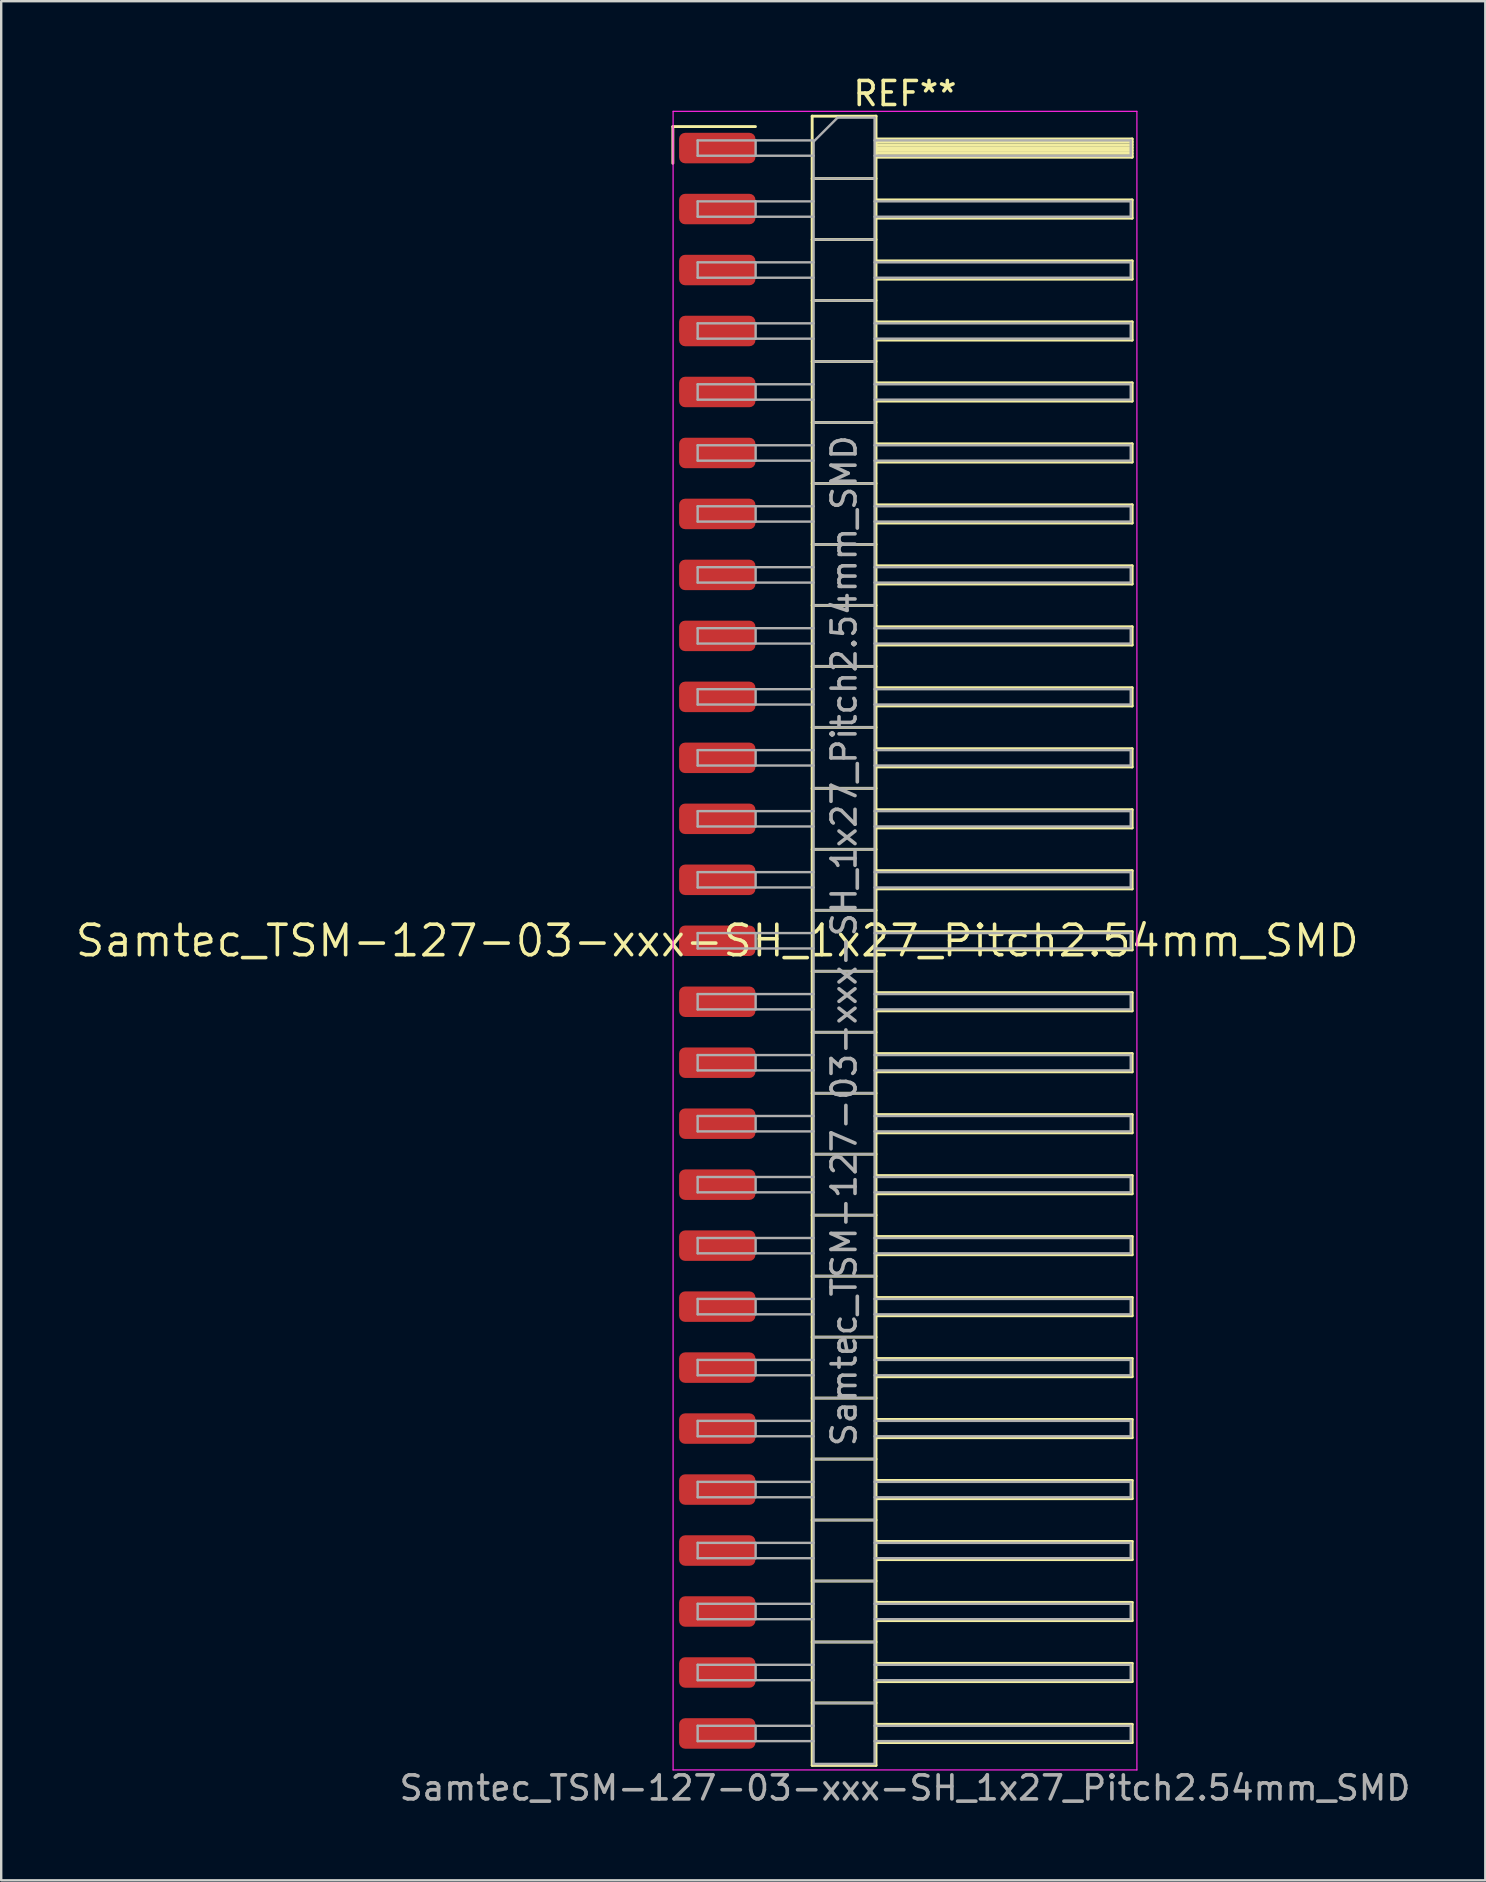
<source format=kicad_pcb>
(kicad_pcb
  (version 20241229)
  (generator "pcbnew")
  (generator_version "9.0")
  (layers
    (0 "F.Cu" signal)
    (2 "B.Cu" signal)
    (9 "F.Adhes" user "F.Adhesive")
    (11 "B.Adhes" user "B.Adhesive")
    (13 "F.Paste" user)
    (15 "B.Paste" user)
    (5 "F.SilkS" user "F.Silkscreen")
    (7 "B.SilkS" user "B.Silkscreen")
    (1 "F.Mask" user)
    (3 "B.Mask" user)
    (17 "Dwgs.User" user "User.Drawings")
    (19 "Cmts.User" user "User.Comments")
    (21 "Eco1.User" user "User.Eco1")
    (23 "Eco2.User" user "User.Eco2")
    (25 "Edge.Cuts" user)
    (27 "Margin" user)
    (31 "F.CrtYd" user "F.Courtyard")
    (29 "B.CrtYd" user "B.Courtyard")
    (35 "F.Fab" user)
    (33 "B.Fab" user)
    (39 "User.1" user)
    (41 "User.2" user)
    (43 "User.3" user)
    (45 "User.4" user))
  (footprint "Samtec_TSM-127-03-xxx-SH_1x27_Pitch2.54mm_SMD"
    (layer "F.Cu")
    (at 26.828 36.138)
    (property "Reference" "Samtec_TSM-127-03-xxx-SH_1x27_Pitch2.54mm_SMD" (at 0 0 0) (layer "F.SilkS") (effects (font (size 1.27 1.27) (thickness 0.15))))
    (attr smd)
    (fp_line (start -1.85 -33.915) (end 1.59 -33.915) (stroke (width 0.12) (type solid)) (layer "F.SilkS"))
    (fp_line (start -1.85 -32.385) (end -1.85 -33.915) (stroke (width 0.12) (type solid)) (layer "F.SilkS"))
    (fp_line (start 3.953 -34.35) (end 6.613 -34.35) (stroke (width 0.12) (type solid)) (layer "F.SilkS"))
    (fp_line (start 3.953 -31.75) (end 6.613 -31.75) (stroke (width 0.12) (type solid)) (layer "F.SilkS"))
    (fp_line (start 3.953 -29.21) (end 6.613 -29.21) (stroke (width 0.12) (type solid)) (layer "F.SilkS"))
    (fp_line (start 3.953 -26.67) (end 6.613 -26.67) (stroke (width 0.12) (type solid)) (layer "F.SilkS"))
    (fp_line (start 3.953 -24.13) (end 6.613 -24.13) (stroke (width 0.12) (type solid)) (layer "F.SilkS"))
    (fp_line (start 3.953 -21.59) (end 6.613 -21.59) (stroke (width 0.12) (type solid)) (layer "F.SilkS"))
    (fp_line (start 3.953 -19.05) (end 6.613 -19.05) (stroke (width 0.12) (type solid)) (layer "F.SilkS"))
    (fp_line (start 3.953 -16.51) (end 6.613 -16.51) (stroke (width 0.12) (type solid)) (layer "F.SilkS"))
    (fp_line (start 3.953 -13.97) (end 6.613 -13.97) (stroke (width 0.12) (type solid)) (layer "F.SilkS"))
    (fp_line (start 3.953 -11.43) (end 6.613 -11.43) (stroke (width 0.12) (type solid)) (layer "F.SilkS"))
    (fp_line (start 3.953 -8.89) (end 6.613 -8.89) (stroke (width 0.12) (type solid)) (layer "F.SilkS"))
    (fp_line (start 3.953 -6.35) (end 6.613 -6.35) (stroke (width 0.12) (type solid)) (layer "F.SilkS"))
    (fp_line (start 3.953 -3.81) (end 6.613 -3.81) (stroke (width 0.12) (type solid)) (layer "F.SilkS"))
    (fp_line (start 3.953 -1.27) (end 6.613 -1.27) (stroke (width 0.12) (type solid)) (layer "F.SilkS"))
    (fp_line (start 3.953 1.27) (end 6.613 1.27) (stroke (width 0.12) (type solid)) (layer "F.SilkS"))
    (fp_line (start 3.953 3.81) (end 6.613 3.81) (stroke (width 0.12) (type solid)) (layer "F.SilkS"))
    (fp_line (start 3.953 6.35) (end 6.613 6.35) (stroke (width 0.12) (type solid)) (layer "F.SilkS"))
    (fp_line (start 3.953 8.89) (end 6.613 8.89) (stroke (width 0.12) (type solid)) (layer "F.SilkS"))
    (fp_line (start 3.953 11.43) (end 6.613 11.43) (stroke (width 0.12) (type solid)) (layer "F.SilkS"))
    (fp_line (start 3.953 13.97) (end 6.613 13.97) (stroke (width 0.12) (type solid)) (layer "F.SilkS"))
    (fp_line (start 3.953 16.51) (end 6.613 16.51) (stroke (width 0.12) (type solid)) (layer "F.SilkS"))
    (fp_line (start 3.953 19.05) (end 6.613 19.05) (stroke (width 0.12) (type solid)) (layer "F.SilkS"))
    (fp_line (start 3.953 21.59) (end 6.613 21.59) (stroke (width 0.12) (type solid)) (layer "F.SilkS"))
    (fp_line (start 3.953 24.13) (end 6.613 24.13) (stroke (width 0.12) (type solid)) (layer "F.SilkS"))
    (fp_line (start 3.953 26.67) (end 6.613 26.67) (stroke (width 0.12) (type solid)) (layer "F.SilkS"))
    (fp_line (start 3.953 29.21) (end 6.613 29.21) (stroke (width 0.12) (type solid)) (layer "F.SilkS"))
    (fp_line (start 3.953 31.75) (end 6.613 31.75) (stroke (width 0.12) (type solid)) (layer "F.SilkS"))
    (fp_line (start 3.953 34.35) (end 3.953 -34.35) (stroke (width 0.12) (type solid)) (layer "F.SilkS"))
    (fp_line (start 6.613 -34.35) (end 6.613 34.35) (stroke (width 0.12) (type solid)) (layer "F.SilkS"))
    (fp_line (start 6.613 -33.4) (end 17.283 -33.4) (stroke (width 0.12) (type solid)) (layer "F.SilkS"))
    (fp_line (start 6.613 -33.28) (end 17.283 -33.28) (stroke (width 0.12) (type solid)) (layer "F.SilkS"))
    (fp_line (start 6.613 -33.16) (end 17.283 -33.16) (stroke (width 0.12) (type solid)) (layer "F.SilkS"))
    (fp_line (start 6.613 -33.04) (end 17.283 -33.04) (stroke (width 0.12) (type solid)) (layer "F.SilkS"))
    (fp_line (start 6.613 -32.92) (end 17.283 -32.92) (stroke (width 0.12) (type solid)) (layer "F.SilkS"))
    (fp_line (start 6.613 -32.8) (end 17.283 -32.8) (stroke (width 0.12) (type solid)) (layer "F.SilkS"))
    (fp_line (start 6.613 -32.68) (end 17.283 -32.68) (stroke (width 0.12) (type solid)) (layer "F.SilkS"))
    (fp_line (start 6.613 -32.64) (end 17.283 -32.64) (stroke (width 0.12) (type solid)) (layer "F.SilkS"))
    (fp_line (start 6.613 -30.86) (end 17.283 -30.86) (stroke (width 0.12) (type solid)) (layer "F.SilkS"))
    (fp_line (start 6.613 -30.1) (end 17.283 -30.1) (stroke (width 0.12) (type solid)) (layer "F.SilkS"))
    (fp_line (start 6.613 -28.32) (end 17.283 -28.32) (stroke (width 0.12) (type solid)) (layer "F.SilkS"))
    (fp_line (start 6.613 -27.56) (end 17.283 -27.56) (stroke (width 0.12) (type solid)) (layer "F.SilkS"))
    (fp_line (start 6.613 -25.78) (end 17.283 -25.78) (stroke (width 0.12) (type solid)) (layer "F.SilkS"))
    (fp_line (start 6.613 -25.02) (end 17.283 -25.02) (stroke (width 0.12) (type solid)) (layer "F.SilkS"))
    (fp_line (start 6.613 -23.24) (end 17.283 -23.24) (stroke (width 0.12) (type solid)) (layer "F.SilkS"))
    (fp_line (start 6.613 -22.48) (end 17.283 -22.48) (stroke (width 0.12) (type solid)) (layer "F.SilkS"))
    (fp_line (start 6.613 -20.7) (end 17.283 -20.7) (stroke (width 0.12) (type solid)) (layer "F.SilkS"))
    (fp_line (start 6.613 -19.94) (end 17.283 -19.94) (stroke (width 0.12) (type solid)) (layer "F.SilkS"))
    (fp_line (start 6.613 -18.16) (end 17.283 -18.16) (stroke (width 0.12) (type solid)) (layer "F.SilkS"))
    (fp_line (start 6.613 -17.4) (end 17.283 -17.4) (stroke (width 0.12) (type solid)) (layer "F.SilkS"))
    (fp_line (start 6.613 -15.62) (end 17.283 -15.62) (stroke (width 0.12) (type solid)) (layer "F.SilkS"))
    (fp_line (start 6.613 -14.86) (end 17.283 -14.86) (stroke (width 0.12) (type solid)) (layer "F.SilkS"))
    (fp_line (start 6.613 -13.08) (end 17.283 -13.08) (stroke (width 0.12) (type solid)) (layer "F.SilkS"))
    (fp_line (start 6.613 -12.32) (end 17.283 -12.32) (stroke (width 0.12) (type solid)) (layer "F.SilkS"))
    (fp_line (start 6.613 -10.54) (end 17.283 -10.54) (stroke (width 0.12) (type solid)) (layer "F.SilkS"))
    (fp_line (start 6.613 -9.78) (end 17.283 -9.78) (stroke (width 0.12) (type solid)) (layer "F.SilkS"))
    (fp_line (start 6.613 -8) (end 17.283 -8) (stroke (width 0.12) (type solid)) (layer "F.SilkS"))
    (fp_line (start 6.613 -7.24) (end 17.283 -7.24) (stroke (width 0.12) (type solid)) (layer "F.SilkS"))
    (fp_line (start 6.613 -5.46) (end 17.283 -5.46) (stroke (width 0.12) (type solid)) (layer "F.SilkS"))
    (fp_line (start 6.613 -4.7) (end 17.283 -4.7) (stroke (width 0.12) (type solid)) (layer "F.SilkS"))
    (fp_line (start 6.613 -2.92) (end 17.283 -2.92) (stroke (width 0.12) (type solid)) (layer "F.SilkS"))
    (fp_line (start 6.613 -2.16) (end 17.283 -2.16) (stroke (width 0.12) (type solid)) (layer "F.SilkS"))
    (fp_line (start 6.613 -0.38) (end 17.283 -0.38) (stroke (width 0.12) (type solid)) (layer "F.SilkS"))
    (fp_line (start 6.613 0.38) (end 17.283 0.38) (stroke (width 0.12) (type solid)) (layer "F.SilkS"))
    (fp_line (start 6.613 2.16) (end 17.283 2.16) (stroke (width 0.12) (type solid)) (layer "F.SilkS"))
    (fp_line (start 6.613 2.92) (end 17.283 2.92) (stroke (width 0.12) (type solid)) (layer "F.SilkS"))
    (fp_line (start 6.613 4.7) (end 17.283 4.7) (stroke (width 0.12) (type solid)) (layer "F.SilkS"))
    (fp_line (start 6.613 5.46) (end 17.283 5.46) (stroke (width 0.12) (type solid)) (layer "F.SilkS"))
    (fp_line (start 6.613 7.24) (end 17.283 7.24) (stroke (width 0.12) (type solid)) (layer "F.SilkS"))
    (fp_line (start 6.613 8) (end 17.283 8) (stroke (width 0.12) (type solid)) (layer "F.SilkS"))
    (fp_line (start 6.613 9.78) (end 17.283 9.78) (stroke (width 0.12) (type solid)) (layer "F.SilkS"))
    (fp_line (start 6.613 10.54) (end 17.283 10.54) (stroke (width 0.12) (type solid)) (layer "F.SilkS"))
    (fp_line (start 6.613 12.32) (end 17.283 12.32) (stroke (width 0.12) (type solid)) (layer "F.SilkS"))
    (fp_line (start 6.613 13.08) (end 17.283 13.08) (stroke (width 0.12) (type solid)) (layer "F.SilkS"))
    (fp_line (start 6.613 14.86) (end 17.283 14.86) (stroke (width 0.12) (type solid)) (layer "F.SilkS"))
    (fp_line (start 6.613 15.62) (end 17.283 15.62) (stroke (width 0.12) (type solid)) (layer "F.SilkS"))
    (fp_line (start 6.613 17.4) (end 17.283 17.4) (stroke (width 0.12) (type solid)) (layer "F.SilkS"))
    (fp_line (start 6.613 18.16) (end 17.283 18.16) (stroke (width 0.12) (type solid)) (layer "F.SilkS"))
    (fp_line (start 6.613 19.94) (end 17.283 19.94) (stroke (width 0.12) (type solid)) (layer "F.SilkS"))
    (fp_line (start 6.613 20.7) (end 17.283 20.7) (stroke (width 0.12) (type solid)) (layer "F.SilkS"))
    (fp_line (start 6.613 22.48) (end 17.283 22.48) (stroke (width 0.12) (type solid)) (layer "F.SilkS"))
    (fp_line (start 6.613 23.24) (end 17.283 23.24) (stroke (width 0.12) (type solid)) (layer "F.SilkS"))
    (fp_line (start 6.613 25.02) (end 17.283 25.02) (stroke (width 0.12) (type solid)) (layer "F.SilkS"))
    (fp_line (start 6.613 25.78) (end 17.283 25.78) (stroke (width 0.12) (type solid)) (layer "F.SilkS"))
    (fp_line (start 6.613 27.56) (end 17.283 27.56) (stroke (width 0.12) (type solid)) (layer "F.SilkS"))
    (fp_line (start 6.613 28.32) (end 17.283 28.32) (stroke (width 0.12) (type solid)) (layer "F.SilkS"))
    (fp_line (start 6.613 30.1) (end 17.283 30.1) (stroke (width 0.12) (type solid)) (layer "F.SilkS"))
    (fp_line (start 6.613 30.86) (end 17.283 30.86) (stroke (width 0.12) (type solid)) (layer "F.SilkS"))
    (fp_line (start 6.613 32.64) (end 17.283 32.64) (stroke (width 0.12) (type solid)) (layer "F.SilkS"))
    (fp_line (start 6.613 33.4) (end 17.283 33.4) (stroke (width 0.12) (type solid)) (layer "F.SilkS"))
    (fp_line (start 6.613 34.35) (end 3.953 34.35) (stroke (width 0.12) (type solid)) (layer "F.SilkS"))
    (fp_line (start 17.283 -33.4) (end 17.283 -32.64) (stroke (width 0.12) (type solid)) (layer "F.SilkS"))
    (fp_line (start 17.283 -30.86) (end 17.283 -30.1) (stroke (width 0.12) (type solid)) (layer "F.SilkS"))
    (fp_line (start 17.283 -28.32) (end 17.283 -27.56) (stroke (width 0.12) (type solid)) (layer "F.SilkS"))
    (fp_line (start 17.283 -25.78) (end 17.283 -25.02) (stroke (width 0.12) (type solid)) (layer "F.SilkS"))
    (fp_line (start 17.283 -23.24) (end 17.283 -22.48) (stroke (width 0.12) (type solid)) (layer "F.SilkS"))
    (fp_line (start 17.283 -20.7) (end 17.283 -19.94) (stroke (width 0.12) (type solid)) (layer "F.SilkS"))
    (fp_line (start 17.283 -18.16) (end 17.283 -17.4) (stroke (width 0.12) (type solid)) (layer "F.SilkS"))
    (fp_line (start 17.283 -15.62) (end 17.283 -14.86) (stroke (width 0.12) (type solid)) (layer "F.SilkS"))
    (fp_line (start 17.283 -13.08) (end 17.283 -12.32) (stroke (width 0.12) (type solid)) (layer "F.SilkS"))
    (fp_line (start 17.283 -10.54) (end 17.283 -9.78) (stroke (width 0.12) (type solid)) (layer "F.SilkS"))
    (fp_line (start 17.283 -8) (end 17.283 -7.24) (stroke (width 0.12) (type solid)) (layer "F.SilkS"))
    (fp_line (start 17.283 -5.46) (end 17.283 -4.7) (stroke (width 0.12) (type solid)) (layer "F.SilkS"))
    (fp_line (start 17.283 -2.92) (end 17.283 -2.16) (stroke (width 0.12) (type solid)) (layer "F.SilkS"))
    (fp_line (start 17.283 -0.38) (end 17.283 0.38) (stroke (width 0.12) (type solid)) (layer "F.SilkS"))
    (fp_line (start 17.283 2.16) (end 17.283 2.92) (stroke (width 0.12) (type solid)) (layer "F.SilkS"))
    (fp_line (start 17.283 4.7) (end 17.283 5.46) (stroke (width 0.12) (type solid)) (layer "F.SilkS"))
    (fp_line (start 17.283 7.24) (end 17.283 8) (stroke (width 0.12) (type solid)) (layer "F.SilkS"))
    (fp_line (start 17.283 9.78) (end 17.283 10.54) (stroke (width 0.12) (type solid)) (layer "F.SilkS"))
    (fp_line (start 17.283 12.32) (end 17.283 13.08) (stroke (width 0.12) (type solid)) (layer "F.SilkS"))
    (fp_line (start 17.283 14.86) (end 17.283 15.62) (stroke (width 0.12) (type solid)) (layer "F.SilkS"))
    (fp_line (start 17.283 17.4) (end 17.283 18.16) (stroke (width 0.12) (type solid)) (layer "F.SilkS"))
    (fp_line (start 17.283 19.94) (end 17.283 20.7) (stroke (width 0.12) (type solid)) (layer "F.SilkS"))
    (fp_line (start 17.283 22.48) (end 17.283 23.24) (stroke (width 0.12) (type solid)) (layer "F.SilkS"))
    (fp_line (start 17.283 25.02) (end 17.283 25.78) (stroke (width 0.12) (type solid)) (layer "F.SilkS"))
    (fp_line (start 17.283 27.56) (end 17.283 28.32) (stroke (width 0.12) (type solid)) (layer "F.SilkS"))
    (fp_line (start 17.283 30.1) (end 17.283 30.86) (stroke (width 0.12) (type solid)) (layer "F.SilkS"))
    (fp_line (start 17.283 32.64) (end 17.283 33.4) (stroke (width 0.12) (type solid)) (layer "F.SilkS"))
    (fp_line (start -1.84 -34.55) (end 17.48 -34.55) (stroke (width 0.05) (type solid)) (layer "F.CrtYd"))
    (fp_line (start -1.84 34.54) (end -1.84 -34.55) (stroke (width 0.05) (type solid)) (layer "F.CrtYd"))
    (fp_line (start 17.48 -34.55) (end 17.48 34.54) (stroke (width 0.05) (type solid)) (layer "F.CrtYd"))
    (fp_line (start 17.48 34.54) (end -1.84 34.54) (stroke (width 0.05) (type solid)) (layer "F.CrtYd"))
    (fp_line (start -0.817 -33.34) (end -0.817 -32.7) (stroke (width 0.1) (type solid)) (layer "F.Fab"))
    (fp_line (start -0.817 -33.34) (end 4.013 -33.34) (stroke (width 0.1) (type solid)) (layer "F.Fab"))
    (fp_line (start -0.817 -32.7) (end 4.013 -32.7) (stroke (width 0.1) (type solid)) (layer "F.Fab"))
    (fp_line (start -0.817 -30.8) (end -0.817 -30.16) (stroke (width 0.1) (type solid)) (layer "F.Fab"))
    (fp_line (start -0.817 -30.8) (end 4.013 -30.8) (stroke (width 0.1) (type solid)) (layer "F.Fab"))
    (fp_line (start -0.817 -30.16) (end 4.013 -30.16) (stroke (width 0.1) (type solid)) (layer "F.Fab"))
    (fp_line (start -0.817 -28.26) (end -0.817 -27.62) (stroke (width 0.1) (type solid)) (layer "F.Fab"))
    (fp_line (start -0.817 -28.26) (end 4.013 -28.26) (stroke (width 0.1) (type solid)) (layer "F.Fab"))
    (fp_line (start -0.817 -27.62) (end 4.013 -27.62) (stroke (width 0.1) (type solid)) (layer "F.Fab"))
    (fp_line (start -0.817 -25.72) (end -0.817 -25.08) (stroke (width 0.1) (type solid)) (layer "F.Fab"))
    (fp_line (start -0.817 -25.72) (end 4.013 -25.72) (stroke (width 0.1) (type solid)) (layer "F.Fab"))
    (fp_line (start -0.817 -25.08) (end 4.013 -25.08) (stroke (width 0.1) (type solid)) (layer "F.Fab"))
    (fp_line (start -0.817 -23.18) (end -0.817 -22.54) (stroke (width 0.1) (type solid)) (layer "F.Fab"))
    (fp_line (start -0.817 -23.18) (end 4.013 -23.18) (stroke (width 0.1) (type solid)) (layer "F.Fab"))
    (fp_line (start -0.817 -22.54) (end 4.013 -22.54) (stroke (width 0.1) (type solid)) (layer "F.Fab"))
    (fp_line (start -0.817 -20.64) (end -0.817 -20) (stroke (width 0.1) (type solid)) (layer "F.Fab"))
    (fp_line (start -0.817 -20.64) (end 4.013 -20.64) (stroke (width 0.1) (type solid)) (layer "F.Fab"))
    (fp_line (start -0.817 -20) (end 4.013 -20) (stroke (width 0.1) (type solid)) (layer "F.Fab"))
    (fp_line (start -0.817 -18.1) (end -0.817 -17.46) (stroke (width 0.1) (type solid)) (layer "F.Fab"))
    (fp_line (start -0.817 -18.1) (end 4.013 -18.1) (stroke (width 0.1) (type solid)) (layer "F.Fab"))
    (fp_line (start -0.817 -17.46) (end 4.013 -17.46) (stroke (width 0.1) (type solid)) (layer "F.Fab"))
    (fp_line (start -0.817 -15.56) (end -0.817 -14.92) (stroke (width 0.1) (type solid)) (layer "F.Fab"))
    (fp_line (start -0.817 -15.56) (end 4.013 -15.56) (stroke (width 0.1) (type solid)) (layer "F.Fab"))
    (fp_line (start -0.817 -14.92) (end 4.013 -14.92) (stroke (width 0.1) (type solid)) (layer "F.Fab"))
    (fp_line (start -0.817 -13.02) (end -0.817 -12.38) (stroke (width 0.1) (type solid)) (layer "F.Fab"))
    (fp_line (start -0.817 -13.02) (end 4.013 -13.02) (stroke (width 0.1) (type solid)) (layer "F.Fab"))
    (fp_line (start -0.817 -12.38) (end 4.013 -12.38) (stroke (width 0.1) (type solid)) (layer "F.Fab"))
    (fp_line (start -0.817 -10.48) (end -0.817 -9.84) (stroke (width 0.1) (type solid)) (layer "F.Fab"))
    (fp_line (start -0.817 -10.48) (end 4.013 -10.48) (stroke (width 0.1) (type solid)) (layer "F.Fab"))
    (fp_line (start -0.817 -9.84) (end 4.013 -9.84) (stroke (width 0.1) (type solid)) (layer "F.Fab"))
    (fp_line (start -0.817 -7.94) (end -0.817 -7.3) (stroke (width 0.1) (type solid)) (layer "F.Fab"))
    (fp_line (start -0.817 -7.94) (end 4.013 -7.94) (stroke (width 0.1) (type solid)) (layer "F.Fab"))
    (fp_line (start -0.817 -7.3) (end 4.013 -7.3) (stroke (width 0.1) (type solid)) (layer "F.Fab"))
    (fp_line (start -0.817 -5.4) (end -0.817 -4.76) (stroke (width 0.1) (type solid)) (layer "F.Fab"))
    (fp_line (start -0.817 -5.4) (end 4.013 -5.4) (stroke (width 0.1) (type solid)) (layer "F.Fab"))
    (fp_line (start -0.817 -4.76) (end 4.013 -4.76) (stroke (width 0.1) (type solid)) (layer "F.Fab"))
    (fp_line (start -0.817 -2.86) (end -0.817 -2.22) (stroke (width 0.1) (type solid)) (layer "F.Fab"))
    (fp_line (start -0.817 -2.86) (end 4.013 -2.86) (stroke (width 0.1) (type solid)) (layer "F.Fab"))
    (fp_line (start -0.817 -2.22) (end 4.013 -2.22) (stroke (width 0.1) (type solid)) (layer "F.Fab"))
    (fp_line (start -0.817 -0.32) (end -0.817 0.32) (stroke (width 0.1) (type solid)) (layer "F.Fab"))
    (fp_line (start -0.817 -0.32) (end 4.013 -0.32) (stroke (width 0.1) (type solid)) (layer "F.Fab"))
    (fp_line (start -0.817 0.32) (end 4.013 0.32) (stroke (width 0.1) (type solid)) (layer "F.Fab"))
    (fp_line (start -0.817 2.22) (end -0.817 2.86) (stroke (width 0.1) (type solid)) (layer "F.Fab"))
    (fp_line (start -0.817 2.22) (end 4.013 2.22) (stroke (width 0.1) (type solid)) (layer "F.Fab"))
    (fp_line (start -0.817 2.86) (end 4.013 2.86) (stroke (width 0.1) (type solid)) (layer "F.Fab"))
    (fp_line (start -0.817 4.76) (end -0.817 5.4) (stroke (width 0.1) (type solid)) (layer "F.Fab"))
    (fp_line (start -0.817 4.76) (end 4.013 4.76) (stroke (width 0.1) (type solid)) (layer "F.Fab"))
    (fp_line (start -0.817 5.4) (end 4.013 5.4) (stroke (width 0.1) (type solid)) (layer "F.Fab"))
    (fp_line (start -0.817 7.3) (end -0.817 7.94) (stroke (width 0.1) (type solid)) (layer "F.Fab"))
    (fp_line (start -0.817 7.3) (end 4.013 7.3) (stroke (width 0.1) (type solid)) (layer "F.Fab"))
    (fp_line (start -0.817 7.94) (end 4.013 7.94) (stroke (width 0.1) (type solid)) (layer "F.Fab"))
    (fp_line (start -0.817 9.84) (end -0.817 10.48) (stroke (width 0.1) (type solid)) (layer "F.Fab"))
    (fp_line (start -0.817 9.84) (end 4.013 9.84) (stroke (width 0.1) (type solid)) (layer "F.Fab"))
    (fp_line (start -0.817 10.48) (end 4.013 10.48) (stroke (width 0.1) (type solid)) (layer "F.Fab"))
    (fp_line (start -0.817 12.38) (end -0.817 13.02) (stroke (width 0.1) (type solid)) (layer "F.Fab"))
    (fp_line (start -0.817 12.38) (end 4.013 12.38) (stroke (width 0.1) (type solid)) (layer "F.Fab"))
    (fp_line (start -0.817 13.02) (end 4.013 13.02) (stroke (width 0.1) (type solid)) (layer "F.Fab"))
    (fp_line (start -0.817 14.92) (end -0.817 15.56) (stroke (width 0.1) (type solid)) (layer "F.Fab"))
    (fp_line (start -0.817 14.92) (end 4.013 14.92) (stroke (width 0.1) (type solid)) (layer "F.Fab"))
    (fp_line (start -0.817 15.56) (end 4.013 15.56) (stroke (width 0.1) (type solid)) (layer "F.Fab"))
    (fp_line (start -0.817 17.46) (end -0.817 18.1) (stroke (width 0.1) (type solid)) (layer "F.Fab"))
    (fp_line (start -0.817 17.46) (end 4.013 17.46) (stroke (width 0.1) (type solid)) (layer "F.Fab"))
    (fp_line (start -0.817 18.1) (end 4.013 18.1) (stroke (width 0.1) (type solid)) (layer "F.Fab"))
    (fp_line (start -0.817 20) (end -0.817 20.64) (stroke (width 0.1) (type solid)) (layer "F.Fab"))
    (fp_line (start -0.817 20) (end 4.013 20) (stroke (width 0.1) (type solid)) (layer "F.Fab"))
    (fp_line (start -0.817 20.64) (end 4.013 20.64) (stroke (width 0.1) (type solid)) (layer "F.Fab"))
    (fp_line (start -0.817 22.54) (end -0.817 23.18) (stroke (width 0.1) (type solid)) (layer "F.Fab"))
    (fp_line (start -0.817 22.54) (end 4.013 22.54) (stroke (width 0.1) (type solid)) (layer "F.Fab"))
    (fp_line (start -0.817 23.18) (end 4.013 23.18) (stroke (width 0.1) (type solid)) (layer "F.Fab"))
    (fp_line (start -0.817 25.08) (end -0.817 25.72) (stroke (width 0.1) (type solid)) (layer "F.Fab"))
    (fp_line (start -0.817 25.08) (end 4.013 25.08) (stroke (width 0.1) (type solid)) (layer "F.Fab"))
    (fp_line (start -0.817 25.72) (end 4.013 25.72) (stroke (width 0.1) (type solid)) (layer "F.Fab"))
    (fp_line (start -0.817 27.62) (end -0.817 28.26) (stroke (width 0.1) (type solid)) (layer "F.Fab"))
    (fp_line (start -0.817 27.62) (end 4.013 27.62) (stroke (width 0.1) (type solid)) (layer "F.Fab"))
    (fp_line (start -0.817 28.26) (end 4.013 28.26) (stroke (width 0.1) (type solid)) (layer "F.Fab"))
    (fp_line (start -0.817 30.16) (end -0.817 30.8) (stroke (width 0.1) (type solid)) (layer "F.Fab"))
    (fp_line (start -0.817 30.16) (end 4.013 30.16) (stroke (width 0.1) (type solid)) (layer "F.Fab"))
    (fp_line (start -0.817 30.8) (end 4.013 30.8) (stroke (width 0.1) (type solid)) (layer "F.Fab"))
    (fp_line (start -0.817 32.7) (end -0.817 33.34) (stroke (width 0.1) (type solid)) (layer "F.Fab"))
    (fp_line (start -0.817 32.7) (end 4.013 32.7) (stroke (width 0.1) (type solid)) (layer "F.Fab"))
    (fp_line (start -0.817 33.34) (end 4.013 33.34) (stroke (width 0.1) (type solid)) (layer "F.Fab"))
    (fp_line (start 1.598 -33.34) (end 1.598 -32.7) (stroke (width 0.1) (type solid)) (layer "F.Fab"))
    (fp_line (start 1.598 -30.8) (end 1.598 -30.16) (stroke (width 0.1) (type solid)) (layer "F.Fab"))
    (fp_line (start 1.598 -28.26) (end 1.598 -27.62) (stroke (width 0.1) (type solid)) (layer "F.Fab"))
    (fp_line (start 1.598 -25.72) (end 1.598 -25.08) (stroke (width 0.1) (type solid)) (layer "F.Fab"))
    (fp_line (start 1.598 -23.18) (end 1.598 -22.54) (stroke (width 0.1) (type solid)) (layer "F.Fab"))
    (fp_line (start 1.598 -20.64) (end 1.598 -20) (stroke (width 0.1) (type solid)) (layer "F.Fab"))
    (fp_line (start 1.598 -18.1) (end 1.598 -17.46) (stroke (width 0.1) (type solid)) (layer "F.Fab"))
    (fp_line (start 1.598 -15.56) (end 1.598 -14.92) (stroke (width 0.1) (type solid)) (layer "F.Fab"))
    (fp_line (start 1.598 -13.02) (end 1.598 -12.38) (stroke (width 0.1) (type solid)) (layer "F.Fab"))
    (fp_line (start 1.598 -10.48) (end 1.598 -9.84) (stroke (width 0.1) (type solid)) (layer "F.Fab"))
    (fp_line (start 1.598 -7.94) (end 1.598 -7.3) (stroke (width 0.1) (type solid)) (layer "F.Fab"))
    (fp_line (start 1.598 -5.4) (end 1.598 -4.76) (stroke (width 0.1) (type solid)) (layer "F.Fab"))
    (fp_line (start 1.598 -2.86) (end 1.598 -2.22) (stroke (width 0.1) (type solid)) (layer "F.Fab"))
    (fp_line (start 1.598 -0.32) (end 1.598 0.32) (stroke (width 0.1) (type solid)) (layer "F.Fab"))
    (fp_line (start 1.598 2.22) (end 1.598 2.86) (stroke (width 0.1) (type solid)) (layer "F.Fab"))
    (fp_line (start 1.598 4.76) (end 1.598 5.4) (stroke (width 0.1) (type solid)) (layer "F.Fab"))
    (fp_line (start 1.598 7.3) (end 1.598 7.94) (stroke (width 0.1) (type solid)) (layer "F.Fab"))
    (fp_line (start 1.598 9.84) (end 1.598 10.48) (stroke (width 0.1) (type solid)) (layer "F.Fab"))
    (fp_line (start 1.598 12.38) (end 1.598 13.02) (stroke (width 0.1) (type solid)) (layer "F.Fab"))
    (fp_line (start 1.598 14.92) (end 1.598 15.56) (stroke (width 0.1) (type solid)) (layer "F.Fab"))
    (fp_line (start 1.598 17.46) (end 1.598 18.1) (stroke (width 0.1) (type solid)) (layer "F.Fab"))
    (fp_line (start 1.598 20) (end 1.598 20.64) (stroke (width 0.1) (type solid)) (layer "F.Fab"))
    (fp_line (start 1.598 22.54) (end 1.598 23.18) (stroke (width 0.1) (type solid)) (layer "F.Fab"))
    (fp_line (start 1.598 25.08) (end 1.598 25.72) (stroke (width 0.1) (type solid)) (layer "F.Fab"))
    (fp_line (start 1.598 27.62) (end 1.598 28.26) (stroke (width 0.1) (type solid)) (layer "F.Fab"))
    (fp_line (start 1.598 30.16) (end 1.598 30.8) (stroke (width 0.1) (type solid)) (layer "F.Fab"))
    (fp_line (start 1.598 32.7) (end 1.598 33.34) (stroke (width 0.1) (type solid)) (layer "F.Fab"))
    (fp_line (start 4.013 -33.29) (end 5.013 -34.29) (stroke (width 0.1) (type solid)) (layer "F.Fab"))
    (fp_line (start 4.013 -31.75) (end 6.553 -31.75) (stroke (width 0.1) (type solid)) (layer "F.Fab"))
    (fp_line (start 4.013 -29.21) (end 6.553 -29.21) (stroke (width 0.1) (type solid)) (layer "F.Fab"))
    (fp_line (start 4.013 -26.67) (end 6.553 -26.67) (stroke (width 0.1) (type solid)) (layer "F.Fab"))
    (fp_line (start 4.013 -24.13) (end 6.553 -24.13) (stroke (width 0.1) (type solid)) (layer "F.Fab"))
    (fp_line (start 4.013 -21.59) (end 6.553 -21.59) (stroke (width 0.1) (type solid)) (layer "F.Fab"))
    (fp_line (start 4.013 -19.05) (end 6.553 -19.05) (stroke (width 0.1) (type solid)) (layer "F.Fab"))
    (fp_line (start 4.013 -16.51) (end 6.553 -16.51) (stroke (width 0.1) (type solid)) (layer "F.Fab"))
    (fp_line (start 4.013 -13.97) (end 6.553 -13.97) (stroke (width 0.1) (type solid)) (layer "F.Fab"))
    (fp_line (start 4.013 -11.43) (end 6.553 -11.43) (stroke (width 0.1) (type solid)) (layer "F.Fab"))
    (fp_line (start 4.013 -8.89) (end 6.553 -8.89) (stroke (width 0.1) (type solid)) (layer "F.Fab"))
    (fp_line (start 4.013 -6.35) (end 6.553 -6.35) (stroke (width 0.1) (type solid)) (layer "F.Fab"))
    (fp_line (start 4.013 -3.81) (end 6.553 -3.81) (stroke (width 0.1) (type solid)) (layer "F.Fab"))
    (fp_line (start 4.013 -1.27) (end 6.553 -1.27) (stroke (width 0.1) (type solid)) (layer "F.Fab"))
    (fp_line (start 4.013 1.27) (end 6.553 1.27) (stroke (width 0.1) (type solid)) (layer "F.Fab"))
    (fp_line (start 4.013 3.81) (end 6.553 3.81) (stroke (width 0.1) (type solid)) (layer "F.Fab"))
    (fp_line (start 4.013 6.35) (end 6.553 6.35) (stroke (width 0.1) (type solid)) (layer "F.Fab"))
    (fp_line (start 4.013 8.89) (end 6.553 8.89) (stroke (width 0.1) (type solid)) (layer "F.Fab"))
    (fp_line (start 4.013 11.43) (end 6.553 11.43) (stroke (width 0.1) (type solid)) (layer "F.Fab"))
    (fp_line (start 4.013 13.97) (end 6.553 13.97) (stroke (width 0.1) (type solid)) (layer "F.Fab"))
    (fp_line (start 4.013 16.51) (end 6.553 16.51) (stroke (width 0.1) (type solid)) (layer "F.Fab"))
    (fp_line (start 4.013 19.05) (end 6.553 19.05) (stroke (width 0.1) (type solid)) (layer "F.Fab"))
    (fp_line (start 4.013 21.59) (end 6.553 21.59) (stroke (width 0.1) (type solid)) (layer "F.Fab"))
    (fp_line (start 4.013 24.13) (end 6.553 24.13) (stroke (width 0.1) (type solid)) (layer "F.Fab"))
    (fp_line (start 4.013 26.67) (end 6.553 26.67) (stroke (width 0.1) (type solid)) (layer "F.Fab"))
    (fp_line (start 4.013 29.21) (end 6.553 29.21) (stroke (width 0.1) (type solid)) (layer "F.Fab"))
    (fp_line (start 4.013 31.75) (end 6.553 31.75) (stroke (width 0.1) (type solid)) (layer "F.Fab"))
    (fp_line (start 4.013 34.29) (end 4.013 -33.29) (stroke (width 0.1) (type solid)) (layer "F.Fab"))
    (fp_line (start 5.013 -34.29) (end 6.553 -34.29) (stroke (width 0.1) (type solid)) (layer "F.Fab"))
    (fp_line (start 6.553 -34.29) (end 6.553 34.29) (stroke (width 0.1) (type solid)) (layer "F.Fab"))
    (fp_line (start 6.553 -33.34) (end 17.223 -33.34) (stroke (width 0.1) (type solid)) (layer "F.Fab"))
    (fp_line (start 6.553 -32.7) (end 17.223 -32.7) (stroke (width 0.1) (type solid)) (layer "F.Fab"))
    (fp_line (start 6.553 -30.8) (end 17.223 -30.8) (stroke (width 0.1) (type solid)) (layer "F.Fab"))
    (fp_line (start 6.553 -30.16) (end 17.223 -30.16) (stroke (width 0.1) (type solid)) (layer "F.Fab"))
    (fp_line (start 6.553 -28.26) (end 17.223 -28.26) (stroke (width 0.1) (type solid)) (layer "F.Fab"))
    (fp_line (start 6.553 -27.62) (end 17.223 -27.62) (stroke (width 0.1) (type solid)) (layer "F.Fab"))
    (fp_line (start 6.553 -25.72) (end 17.223 -25.72) (stroke (width 0.1) (type solid)) (layer "F.Fab"))
    (fp_line (start 6.553 -25.08) (end 17.223 -25.08) (stroke (width 0.1) (type solid)) (layer "F.Fab"))
    (fp_line (start 6.553 -23.18) (end 17.223 -23.18) (stroke (width 0.1) (type solid)) (layer "F.Fab"))
    (fp_line (start 6.553 -22.54) (end 17.223 -22.54) (stroke (width 0.1) (type solid)) (layer "F.Fab"))
    (fp_line (start 6.553 -20.64) (end 17.223 -20.64) (stroke (width 0.1) (type solid)) (layer "F.Fab"))
    (fp_line (start 6.553 -20) (end 17.223 -20) (stroke (width 0.1) (type solid)) (layer "F.Fab"))
    (fp_line (start 6.553 -18.1) (end 17.223 -18.1) (stroke (width 0.1) (type solid)) (layer "F.Fab"))
    (fp_line (start 6.553 -17.46) (end 17.223 -17.46) (stroke (width 0.1) (type solid)) (layer "F.Fab"))
    (fp_line (start 6.553 -15.56) (end 17.223 -15.56) (stroke (width 0.1) (type solid)) (layer "F.Fab"))
    (fp_line (start 6.553 -14.92) (end 17.223 -14.92) (stroke (width 0.1) (type solid)) (layer "F.Fab"))
    (fp_line (start 6.553 -13.02) (end 17.223 -13.02) (stroke (width 0.1) (type solid)) (layer "F.Fab"))
    (fp_line (start 6.553 -12.38) (end 17.223 -12.38) (stroke (width 0.1) (type solid)) (layer "F.Fab"))
    (fp_line (start 6.553 -10.48) (end 17.223 -10.48) (stroke (width 0.1) (type solid)) (layer "F.Fab"))
    (fp_line (start 6.553 -9.84) (end 17.223 -9.84) (stroke (width 0.1) (type solid)) (layer "F.Fab"))
    (fp_line (start 6.553 -7.94) (end 17.223 -7.94) (stroke (width 0.1) (type solid)) (layer "F.Fab"))
    (fp_line (start 6.553 -7.3) (end 17.223 -7.3) (stroke (width 0.1) (type solid)) (layer "F.Fab"))
    (fp_line (start 6.553 -5.4) (end 17.223 -5.4) (stroke (width 0.1) (type solid)) (layer "F.Fab"))
    (fp_line (start 6.553 -4.76) (end 17.223 -4.76) (stroke (width 0.1) (type solid)) (layer "F.Fab"))
    (fp_line (start 6.553 -2.86) (end 17.223 -2.86) (stroke (width 0.1) (type solid)) (layer "F.Fab"))
    (fp_line (start 6.553 -2.22) (end 17.223 -2.22) (stroke (width 0.1) (type solid)) (layer "F.Fab"))
    (fp_line (start 6.553 -0.32) (end 17.223 -0.32) (stroke (width 0.1) (type solid)) (layer "F.Fab"))
    (fp_line (start 6.553 0.32) (end 17.223 0.32) (stroke (width 0.1) (type solid)) (layer "F.Fab"))
    (fp_line (start 6.553 2.22) (end 17.223 2.22) (stroke (width 0.1) (type solid)) (layer "F.Fab"))
    (fp_line (start 6.553 2.86) (end 17.223 2.86) (stroke (width 0.1) (type solid)) (layer "F.Fab"))
    (fp_line (start 6.553 4.76) (end 17.223 4.76) (stroke (width 0.1) (type solid)) (layer "F.Fab"))
    (fp_line (start 6.553 5.4) (end 17.223 5.4) (stroke (width 0.1) (type solid)) (layer "F.Fab"))
    (fp_line (start 6.553 7.3) (end 17.223 7.3) (stroke (width 0.1) (type solid)) (layer "F.Fab"))
    (fp_line (start 6.553 7.94) (end 17.223 7.94) (stroke (width 0.1) (type solid)) (layer "F.Fab"))
    (fp_line (start 6.553 9.84) (end 17.223 9.84) (stroke (width 0.1) (type solid)) (layer "F.Fab"))
    (fp_line (start 6.553 10.48) (end 17.223 10.48) (stroke (width 0.1) (type solid)) (layer "F.Fab"))
    (fp_line (start 6.553 12.38) (end 17.223 12.38) (stroke (width 0.1) (type solid)) (layer "F.Fab"))
    (fp_line (start 6.553 13.02) (end 17.223 13.02) (stroke (width 0.1) (type solid)) (layer "F.Fab"))
    (fp_line (start 6.553 14.92) (end 17.223 14.92) (stroke (width 0.1) (type solid)) (layer "F.Fab"))
    (fp_line (start 6.553 15.56) (end 17.223 15.56) (stroke (width 0.1) (type solid)) (layer "F.Fab"))
    (fp_line (start 6.553 17.46) (end 17.223 17.46) (stroke (width 0.1) (type solid)) (layer "F.Fab"))
    (fp_line (start 6.553 18.1) (end 17.223 18.1) (stroke (width 0.1) (type solid)) (layer "F.Fab"))
    (fp_line (start 6.553 20) (end 17.223 20) (stroke (width 0.1) (type solid)) (layer "F.Fab"))
    (fp_line (start 6.553 20.64) (end 17.223 20.64) (stroke (width 0.1) (type solid)) (layer "F.Fab"))
    (fp_line (start 6.553 22.54) (end 17.223 22.54) (stroke (width 0.1) (type solid)) (layer "F.Fab"))
    (fp_line (start 6.553 23.18) (end 17.223 23.18) (stroke (width 0.1) (type solid)) (layer "F.Fab"))
    (fp_line (start 6.553 25.08) (end 17.223 25.08) (stroke (width 0.1) (type solid)) (layer "F.Fab"))
    (fp_line (start 6.553 25.72) (end 17.223 25.72) (stroke (width 0.1) (type solid)) (layer "F.Fab"))
    (fp_line (start 6.553 27.62) (end 17.223 27.62) (stroke (width 0.1) (type solid)) (layer "F.Fab"))
    (fp_line (start 6.553 28.26) (end 17.223 28.26) (stroke (width 0.1) (type solid)) (layer "F.Fab"))
    (fp_line (start 6.553 30.16) (end 17.223 30.16) (stroke (width 0.1) (type solid)) (layer "F.Fab"))
    (fp_line (start 6.553 30.8) (end 17.223 30.8) (stroke (width 0.1) (type solid)) (layer "F.Fab"))
    (fp_line (start 6.553 32.7) (end 17.223 32.7) (stroke (width 0.1) (type solid)) (layer "F.Fab"))
    (fp_line (start 6.553 33.34) (end 17.223 33.34) (stroke (width 0.1) (type solid)) (layer "F.Fab"))
    (fp_line (start 6.553 34.29) (end 4.013 34.29) (stroke (width 0.1) (type solid)) (layer "F.Fab"))
    (fp_line (start 17.223 -33.34) (end 17.223 -32.7) (stroke (width 0.1) (type solid)) (layer "F.Fab"))
    (fp_line (start 17.223 -30.8) (end 17.223 -30.16) (stroke (width 0.1) (type solid)) (layer "F.Fab"))
    (fp_line (start 17.223 -28.26) (end 17.223 -27.62) (stroke (width 0.1) (type solid)) (layer "F.Fab"))
    (fp_line (start 17.223 -25.72) (end 17.223 -25.08) (stroke (width 0.1) (type solid)) (layer "F.Fab"))
    (fp_line (start 17.223 -23.18) (end 17.223 -22.54) (stroke (width 0.1) (type solid)) (layer "F.Fab"))
    (fp_line (start 17.223 -20.64) (end 17.223 -20) (stroke (width 0.1) (type solid)) (layer "F.Fab"))
    (fp_line (start 17.223 -18.1) (end 17.223 -17.46) (stroke (width 0.1) (type solid)) (layer "F.Fab"))
    (fp_line (start 17.223 -15.56) (end 17.223 -14.92) (stroke (width 0.1) (type solid)) (layer "F.Fab"))
    (fp_line (start 17.223 -13.02) (end 17.223 -12.38) (stroke (width 0.1) (type solid)) (layer "F.Fab"))
    (fp_line (start 17.223 -10.48) (end 17.223 -9.84) (stroke (width 0.1) (type solid)) (layer "F.Fab"))
    (fp_line (start 17.223 -7.94) (end 17.223 -7.3) (stroke (width 0.1) (type solid)) (layer "F.Fab"))
    (fp_line (start 17.223 -5.4) (end 17.223 -4.76) (stroke (width 0.1) (type solid)) (layer "F.Fab"))
    (fp_line (start 17.223 -2.86) (end 17.223 -2.22) (stroke (width 0.1) (type solid)) (layer "F.Fab"))
    (fp_line (start 17.223 -0.32) (end 17.223 0.32) (stroke (width 0.1) (type solid)) (layer "F.Fab"))
    (fp_line (start 17.223 2.22) (end 17.223 2.86) (stroke (width 0.1) (type solid)) (layer "F.Fab"))
    (fp_line (start 17.223 4.76) (end 17.223 5.4) (stroke (width 0.1) (type solid)) (layer "F.Fab"))
    (fp_line (start 17.223 7.3) (end 17.223 7.94) (stroke (width 0.1) (type solid)) (layer "F.Fab"))
    (fp_line (start 17.223 9.84) (end 17.223 10.48) (stroke (width 0.1) (type solid)) (layer "F.Fab"))
    (fp_line (start 17.223 12.38) (end 17.223 13.02) (stroke (width 0.1) (type solid)) (layer "F.Fab"))
    (fp_line (start 17.223 14.92) (end 17.223 15.56) (stroke (width 0.1) (type solid)) (layer "F.Fab"))
    (fp_line (start 17.223 17.46) (end 17.223 18.1) (stroke (width 0.1) (type solid)) (layer "F.Fab"))
    (fp_line (start 17.223 20) (end 17.223 20.64) (stroke (width 0.1) (type solid)) (layer "F.Fab"))
    (fp_line (start 17.223 22.54) (end 17.223 23.18) (stroke (width 0.1) (type solid)) (layer "F.Fab"))
    (fp_line (start 17.223 25.08) (end 17.223 25.72) (stroke (width 0.1) (type solid)) (layer "F.Fab"))
    (fp_line (start 17.223 27.62) (end 17.223 28.26) (stroke (width 0.1) (type solid)) (layer "F.Fab"))
    (fp_line (start 17.223 30.16) (end 17.223 30.8) (stroke (width 0.1) (type solid)) (layer "F.Fab"))
    (fp_line (start 17.223 32.7) (end 17.223 33.34) (stroke (width 0.1) (type solid)) (layer "F.Fab"))
    (fp_text user "REF**" (at 7.82 -35.29 0) (layer "F.SilkS") (effects (font (size 1 1) (thickness 0.15))))
    (fp_text user "${REFERENCE}" (at 5.283 0 90) (layer "F.Fab") (effects (font (size 1 1) (thickness 0.15))))
    (fp_text user "Samtec_TSM-127-03-xxx-SH_1x27_Pitch2.54mm_SMD" (at 7.82 35.29 0) (layer "F.Fab") (effects (font (size 1 1) (thickness 0.15))))
    (pad "1" smd roundrect (at 0 -33.02) (size 3.18 1.27) (layers "F.Cu" "F.Mask" "F.Paste") (roundrect_rratio 0.197))
    (pad "2" smd roundrect (at 0 -30.48) (size 3.18 1.27) (layers "F.Cu" "F.Mask" "F.Paste") (roundrect_rratio 0.197))
    (pad "3" smd roundrect (at 0 -27.94) (size 3.18 1.27) (layers "F.Cu" "F.Mask" "F.Paste") (roundrect_rratio 0.197))
    (pad "4" smd roundrect (at 0 -25.4) (size 3.18 1.27) (layers "F.Cu" "F.Mask" "F.Paste") (roundrect_rratio 0.197))
    (pad "5" smd roundrect (at 0 -22.86) (size 3.18 1.27) (layers "F.Cu" "F.Mask" "F.Paste") (roundrect_rratio 0.197))
    (pad "6" smd roundrect (at 0 -20.32) (size 3.18 1.27) (layers "F.Cu" "F.Mask" "F.Paste") (roundrect_rratio 0.197))
    (pad "7" smd roundrect (at 0 -17.78) (size 3.18 1.27) (layers "F.Cu" "F.Mask" "F.Paste") (roundrect_rratio 0.197))
    (pad "8" smd roundrect (at 0 -15.24) (size 3.18 1.27) (layers "F.Cu" "F.Mask" "F.Paste") (roundrect_rratio 0.197))
    (pad "9" smd roundrect (at 0 -12.7) (size 3.18 1.27) (layers "F.Cu" "F.Mask" "F.Paste") (roundrect_rratio 0.197))
    (pad "10" smd roundrect (at 0 -10.16) (size 3.18 1.27) (layers "F.Cu" "F.Mask" "F.Paste") (roundrect_rratio 0.197))
    (pad "11" smd roundrect (at 0 -7.62) (size 3.18 1.27) (layers "F.Cu" "F.Mask" "F.Paste") (roundrect_rratio 0.197))
    (pad "12" smd roundrect (at 0 -5.08) (size 3.18 1.27) (layers "F.Cu" "F.Mask" "F.Paste") (roundrect_rratio 0.197))
    (pad "13" smd roundrect (at 0 -2.54) (size 3.18 1.27) (layers "F.Cu" "F.Mask" "F.Paste") (roundrect_rratio 0.197))
    (pad "14" smd roundrect (at 0 0) (size 3.18 1.27) (layers "F.Cu" "F.Mask" "F.Paste") (roundrect_rratio 0.197))
    (pad "15" smd roundrect (at 0 2.54) (size 3.18 1.27) (layers "F.Cu" "F.Mask" "F.Paste") (roundrect_rratio 0.197))
    (pad "16" smd roundrect (at 0 5.08) (size 3.18 1.27) (layers "F.Cu" "F.Mask" "F.Paste") (roundrect_rratio 0.197))
    (pad "17" smd roundrect (at 0 7.62) (size 3.18 1.27) (layers "F.Cu" "F.Mask" "F.Paste") (roundrect_rratio 0.197))
    (pad "18" smd roundrect (at 0 10.16) (size 3.18 1.27) (layers "F.Cu" "F.Mask" "F.Paste") (roundrect_rratio 0.197))
    (pad "19" smd roundrect (at 0 12.7) (size 3.18 1.27) (layers "F.Cu" "F.Mask" "F.Paste") (roundrect_rratio 0.197))
    (pad "20" smd roundrect (at 0 15.24) (size 3.18 1.27) (layers "F.Cu" "F.Mask" "F.Paste") (roundrect_rratio 0.197))
    (pad "21" smd roundrect (at 0 17.78) (size 3.18 1.27) (layers "F.Cu" "F.Mask" "F.Paste") (roundrect_rratio 0.197))
    (pad "22" smd roundrect (at 0 20.32) (size 3.18 1.27) (layers "F.Cu" "F.Mask" "F.Paste") (roundrect_rratio 0.197))
    (pad "23" smd roundrect (at 0 22.86) (size 3.18 1.27) (layers "F.Cu" "F.Mask" "F.Paste") (roundrect_rratio 0.197))
    (pad "24" smd roundrect (at 0 25.4) (size 3.18 1.27) (layers "F.Cu" "F.Mask" "F.Paste") (roundrect_rratio 0.197))
    (pad "25" smd roundrect (at 0 27.94) (size 3.18 1.27) (layers "F.Cu" "F.Mask" "F.Paste") (roundrect_rratio 0.197))
    (pad "26" smd roundrect (at 0 30.48) (size 3.18 1.27) (layers "F.Cu" "F.Mask" "F.Paste") (roundrect_rratio 0.197))
    (pad "27" smd roundrect (at 0 33.02) (size 3.18 1.27) (layers "F.Cu" "F.Mask" "F.Paste") (roundrect_rratio 0.197)))
  (gr_rect
    (start -3 -3)
    (end 58.821 75.276)
    (stroke (width 0.1) (type default))
    (fill no)
    (layer "Edge.Cuts")))
</source>
